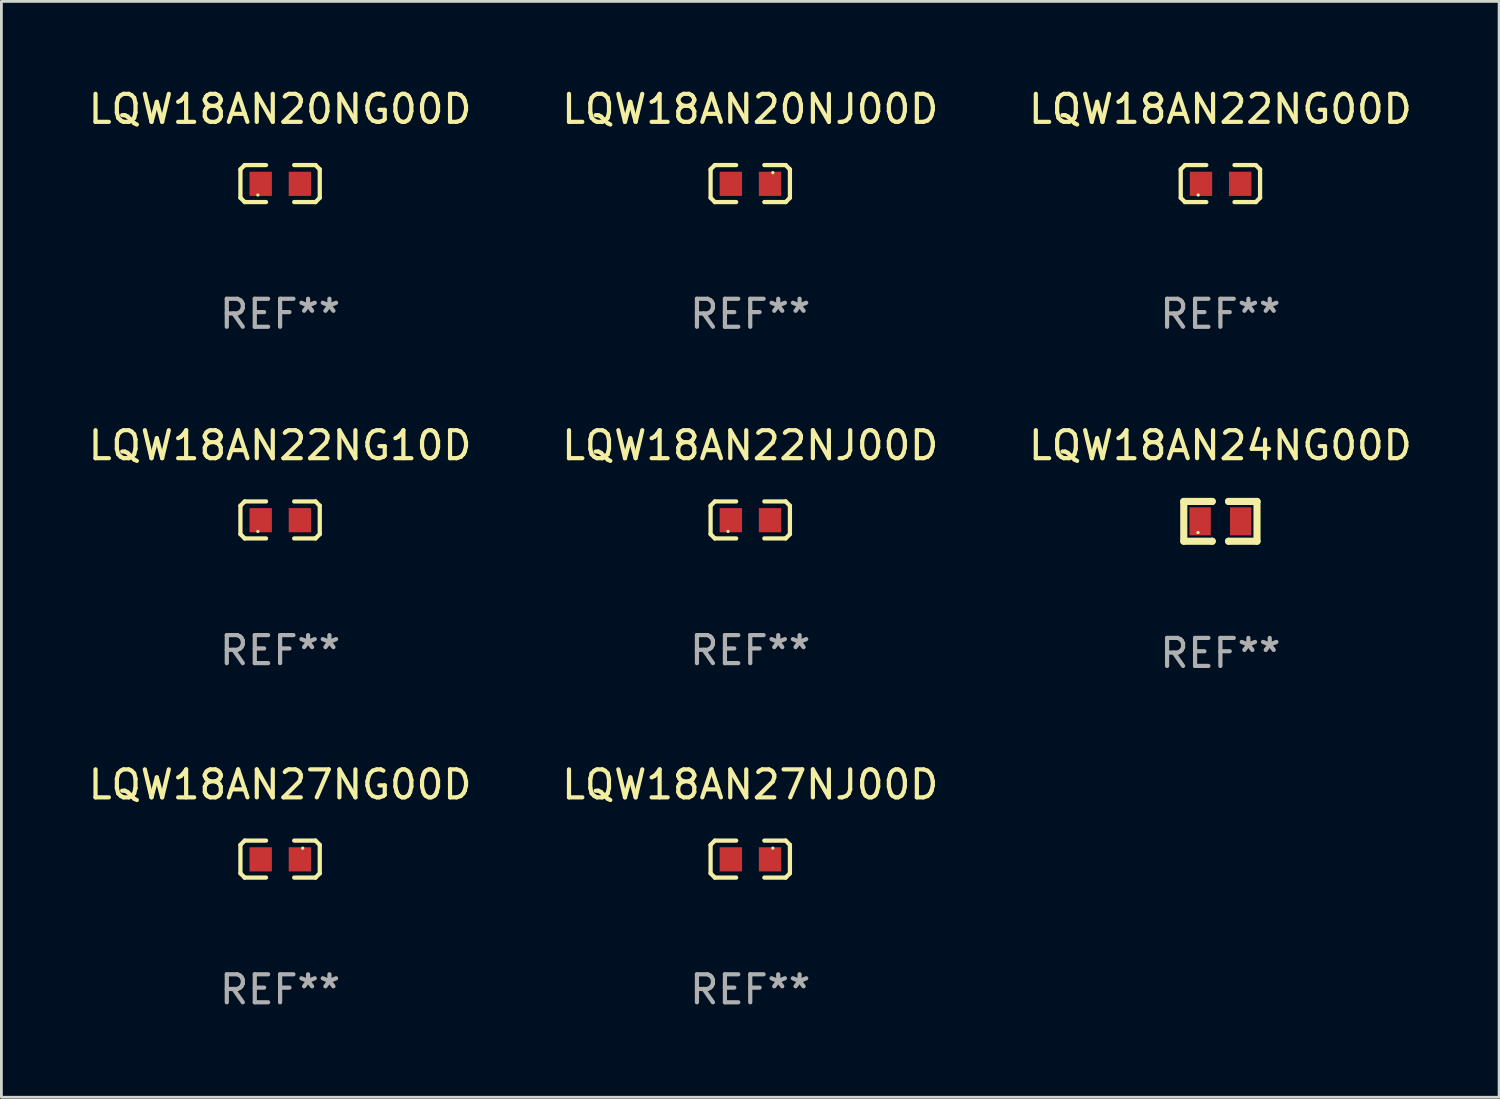
<source format=kicad_pcb>
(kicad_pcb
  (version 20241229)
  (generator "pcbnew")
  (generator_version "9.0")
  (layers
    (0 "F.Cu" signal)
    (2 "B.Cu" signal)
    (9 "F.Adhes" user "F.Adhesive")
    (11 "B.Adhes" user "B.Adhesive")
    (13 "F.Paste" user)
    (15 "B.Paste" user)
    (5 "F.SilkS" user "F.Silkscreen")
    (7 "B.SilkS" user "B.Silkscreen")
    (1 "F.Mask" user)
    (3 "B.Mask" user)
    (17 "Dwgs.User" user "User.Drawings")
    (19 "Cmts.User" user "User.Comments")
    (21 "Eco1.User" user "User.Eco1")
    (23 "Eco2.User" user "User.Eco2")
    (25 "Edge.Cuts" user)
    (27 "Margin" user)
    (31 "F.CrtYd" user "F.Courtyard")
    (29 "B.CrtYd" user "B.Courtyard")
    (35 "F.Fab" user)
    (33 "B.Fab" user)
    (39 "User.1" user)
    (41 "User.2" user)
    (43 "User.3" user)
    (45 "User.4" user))
  (footprint "LQW18AN27NJ00D"
    (layer "F.Cu")
    (at 23.756 27.645)
    (property "Reference" "LQW18AN27NJ00D" (at 0 -2.661 0) (layer "F.SilkS") (effects (font (size 1 1) (thickness 0.15))))
    (attr through_hole)
    (fp_line (start -1.417 -0.508) (end -1.265 -0.661) (stroke (width 0.152) (type solid)) (layer "F.SilkS"))
    (fp_line (start -1.417 0.508) (end -1.417 -0.508) (stroke (width 0.152) (type solid)) (layer "F.SilkS"))
    (fp_line (start -1.265 -0.661) (end -0.503 -0.661) (stroke (width 0.152) (type solid)) (layer "F.SilkS"))
    (fp_line (start -1.265 0.661) (end -1.417 0.508) (stroke (width 0.152) (type solid)) (layer "F.SilkS"))
    (fp_line (start -1.265 0.661) (end -0.503 0.661) (stroke (width 0.152) (type solid)) (layer "F.SilkS"))
    (fp_line (start 1.265 -0.661) (end 0.503 -0.661) (stroke (width 0.152) (type solid)) (layer "F.SilkS"))
    (fp_line (start 1.265 -0.661) (end 1.417 -0.508) (stroke (width 0.152) (type solid)) (layer "F.SilkS"))
    (fp_line (start 1.265 0.661) (end 0.503 0.661) (stroke (width 0.152) (type solid)) (layer "F.SilkS"))
    (fp_line (start 1.417 -0.508) (end 1.417 0.508) (stroke (width 0.152) (type solid)) (layer "F.SilkS"))
    (fp_line (start 1.417 0.508) (end 1.265 0.661) (stroke (width 0.152) (type solid)) (layer "F.SilkS"))
    (fp_circle (center 0.807 -0.391) (end 0.837 -0.391) (stroke (width 0.06) (type solid)) (fill no) (layer "F.SilkS"))
    (fp_text user "REF**" (at 0 4.661 0) (layer "F.Fab") (effects (font (size 1 1) (thickness 0.15))))
    (pad "1" smd rect (at 0.707 0.009 180) (size 0.8 0.864) (layers "F.Cu" "F.Mask" "F.Paste"))
    (pad "2" smd rect (at -0.693 0.009 180) (size 0.8 0.864) (layers "F.Cu" "F.Mask" "F.Paste")))
  (footprint "LQW18AN27NG00D"
    (layer "F.Cu")
    (at 6.958 27.645)
    (property "Reference" "LQW18AN27NG00D" (at 0 -2.661 0) (layer "F.SilkS") (effects (font (size 1 1) (thickness 0.15))))
    (attr through_hole)
    (fp_line (start -1.417 -0.508) (end -1.265 -0.661) (stroke (width 0.152) (type solid)) (layer "F.SilkS"))
    (fp_line (start -1.417 0.508) (end -1.417 -0.508) (stroke (width 0.152) (type solid)) (layer "F.SilkS"))
    (fp_line (start -1.265 -0.661) (end -0.503 -0.661) (stroke (width 0.152) (type solid)) (layer "F.SilkS"))
    (fp_line (start -1.265 0.661) (end -1.417 0.508) (stroke (width 0.152) (type solid)) (layer "F.SilkS"))
    (fp_line (start -1.265 0.661) (end -0.503 0.661) (stroke (width 0.152) (type solid)) (layer "F.SilkS"))
    (fp_line (start 1.265 -0.661) (end 0.503 -0.661) (stroke (width 0.152) (type solid)) (layer "F.SilkS"))
    (fp_line (start 1.265 -0.661) (end 1.417 -0.508) (stroke (width 0.152) (type solid)) (layer "F.SilkS"))
    (fp_line (start 1.265 0.661) (end 0.503 0.661) (stroke (width 0.152) (type solid)) (layer "F.SilkS"))
    (fp_line (start 1.417 -0.508) (end 1.417 0.508) (stroke (width 0.152) (type solid)) (layer "F.SilkS"))
    (fp_line (start 1.417 0.508) (end 1.265 0.661) (stroke (width 0.152) (type solid)) (layer "F.SilkS"))
    (fp_circle (center 0.807 -0.391) (end 0.837 -0.391) (stroke (width 0.06) (type solid)) (fill no) (layer "F.SilkS"))
    (fp_text user "REF**" (at 0 4.661 0) (layer "F.Fab") (effects (font (size 1 1) (thickness 0.15))))
    (pad "1" smd rect (at 0.707 0.009 180) (size 0.8 0.864) (layers "F.Cu" "F.Mask" "F.Paste"))
    (pad "2" smd rect (at -0.693 0.009 180) (size 0.8 0.864) (layers "F.Cu" "F.Mask" "F.Paste")))
  (footprint "LQW18AN22NG00D"
    (layer "F.Cu")
    (at 40.554 3.509)
    (property "Reference" "LQW18AN22NG00D" (at 0 -2.661 0) (layer "F.SilkS") (effects (font (size 1 1) (thickness 0.15))))
    (attr through_hole)
    (fp_line (start -1.417 -0.508) (end -1.265 -0.661) (stroke (width 0.152) (type solid)) (layer "F.SilkS"))
    (fp_line (start -1.417 0.508) (end -1.417 -0.508) (stroke (width 0.152) (type solid)) (layer "F.SilkS"))
    (fp_line (start -1.265 -0.661) (end -0.503 -0.661) (stroke (width 0.152) (type solid)) (layer "F.SilkS"))
    (fp_line (start -1.265 0.661) (end -1.417 0.508) (stroke (width 0.152) (type solid)) (layer "F.SilkS"))
    (fp_line (start -1.265 0.661) (end -0.503 0.661) (stroke (width 0.152) (type solid)) (layer "F.SilkS"))
    (fp_line (start 1.265 -0.661) (end 0.503 -0.661) (stroke (width 0.152) (type solid)) (layer "F.SilkS"))
    (fp_line (start 1.265 -0.661) (end 1.417 -0.508) (stroke (width 0.152) (type solid)) (layer "F.SilkS"))
    (fp_line (start 1.265 0.661) (end 0.503 0.661) (stroke (width 0.152) (type solid)) (layer "F.SilkS"))
    (fp_line (start 1.417 -0.508) (end 1.417 0.508) (stroke (width 0.152) (type solid)) (layer "F.SilkS"))
    (fp_line (start 1.417 0.508) (end 1.265 0.661) (stroke (width 0.152) (type solid)) (layer "F.SilkS"))
    (fp_circle (center -0.793 0.409) (end -0.763 0.409) (stroke (width 0.06) (type solid)) (fill no) (layer "F.SilkS"))
    (fp_text user "REF**" (at 0 4.661 0) (layer "F.Fab") (effects (font (size 1 1) (thickness 0.15))))
    (pad "1" smd rect (at -0.693 0.009 180) (size 0.8 0.864) (layers "F.Cu" "F.Mask" "F.Paste"))
    (pad "2" smd rect (at 0.707 0.009 180) (size 0.8 0.864) (layers "F.Cu" "F.Mask" "F.Paste")))
  (footprint "LQW18AN20NJ00D"
    (layer "F.Cu")
    (at 23.756 3.509)
    (property "Reference" "LQW18AN20NJ00D" (at 0 -2.661 0) (layer "F.SilkS") (effects (font (size 1 1) (thickness 0.15))))
    (attr through_hole)
    (fp_line (start -1.417 -0.508) (end -1.265 -0.661) (stroke (width 0.152) (type solid)) (layer "F.SilkS"))
    (fp_line (start -1.417 0.508) (end -1.417 -0.508) (stroke (width 0.152) (type solid)) (layer "F.SilkS"))
    (fp_line (start -1.265 -0.661) (end -0.503 -0.661) (stroke (width 0.152) (type solid)) (layer "F.SilkS"))
    (fp_line (start -1.265 0.661) (end -1.417 0.508) (stroke (width 0.152) (type solid)) (layer "F.SilkS"))
    (fp_line (start -1.265 0.661) (end -0.503 0.661) (stroke (width 0.152) (type solid)) (layer "F.SilkS"))
    (fp_line (start 1.265 -0.661) (end 0.503 -0.661) (stroke (width 0.152) (type solid)) (layer "F.SilkS"))
    (fp_line (start 1.265 -0.661) (end 1.417 -0.508) (stroke (width 0.152) (type solid)) (layer "F.SilkS"))
    (fp_line (start 1.265 0.661) (end 0.503 0.661) (stroke (width 0.152) (type solid)) (layer "F.SilkS"))
    (fp_line (start 1.417 -0.508) (end 1.417 0.508) (stroke (width 0.152) (type solid)) (layer "F.SilkS"))
    (fp_line (start 1.417 0.508) (end 1.265 0.661) (stroke (width 0.152) (type solid)) (layer "F.SilkS"))
    (fp_circle (center 0.807 -0.391) (end 0.837 -0.391) (stroke (width 0.06) (type solid)) (fill no) (layer "F.SilkS"))
    (fp_text user "REF**" (at 0 4.661 0) (layer "F.Fab") (effects (font (size 1 1) (thickness 0.15))))
    (pad "1" smd rect (at 0.707 0.009 180) (size 0.8 0.864) (layers "F.Cu" "F.Mask" "F.Paste"))
    (pad "2" smd rect (at -0.693 0.009 180) (size 0.8 0.864) (layers "F.Cu" "F.Mask" "F.Paste")))
  (footprint "LQW18AN20NG00D"
    (layer "F.Cu")
    (at 6.958 3.509)
    (property "Reference" "LQW18AN20NG00D" (at 0 -2.661 0) (layer "F.SilkS") (effects (font (size 1 1) (thickness 0.15))))
    (attr through_hole)
    (fp_line (start -1.417 -0.508) (end -1.265 -0.661) (stroke (width 0.152) (type solid)) (layer "F.SilkS"))
    (fp_line (start -1.417 0.508) (end -1.417 -0.508) (stroke (width 0.152) (type solid)) (layer "F.SilkS"))
    (fp_line (start -1.265 -0.661) (end -0.503 -0.661) (stroke (width 0.152) (type solid)) (layer "F.SilkS"))
    (fp_line (start -1.265 0.661) (end -1.417 0.508) (stroke (width 0.152) (type solid)) (layer "F.SilkS"))
    (fp_line (start -1.265 0.661) (end -0.503 0.661) (stroke (width 0.152) (type solid)) (layer "F.SilkS"))
    (fp_line (start 1.265 -0.661) (end 0.503 -0.661) (stroke (width 0.152) (type solid)) (layer "F.SilkS"))
    (fp_line (start 1.265 -0.661) (end 1.417 -0.508) (stroke (width 0.152) (type solid)) (layer "F.SilkS"))
    (fp_line (start 1.265 0.661) (end 0.503 0.661) (stroke (width 0.152) (type solid)) (layer "F.SilkS"))
    (fp_line (start 1.417 -0.508) (end 1.417 0.508) (stroke (width 0.152) (type solid)) (layer "F.SilkS"))
    (fp_line (start 1.417 0.508) (end 1.265 0.661) (stroke (width 0.152) (type solid)) (layer "F.SilkS"))
    (fp_circle (center -0.793 0.409) (end -0.763 0.409) (stroke (width 0.06) (type solid)) (fill no) (layer "F.SilkS"))
    (fp_text user "REF**" (at 0 4.661 0) (layer "F.Fab") (effects (font (size 1 1) (thickness 0.15))))
    (pad "1" smd rect (at -0.693 0.009 180) (size 0.8 0.864) (layers "F.Cu" "F.Mask" "F.Paste"))
    (pad "2" smd rect (at 0.707 0.009 180) (size 0.8 0.864) (layers "F.Cu" "F.Mask" "F.Paste")))
  (footprint "LQW18AN22NJ00D"
    (layer "F.Cu")
    (at 23.756 15.527)
    (property "Reference" "LQW18AN22NJ00D" (at 0 -2.661 0) (layer "F.SilkS") (effects (font (size 1 1) (thickness 0.15))))
    (attr through_hole)
    (fp_line (start -1.417 -0.508) (end -1.265 -0.661) (stroke (width 0.152) (type solid)) (layer "F.SilkS"))
    (fp_line (start -1.417 0.508) (end -1.417 -0.508) (stroke (width 0.152) (type solid)) (layer "F.SilkS"))
    (fp_line (start -1.265 -0.661) (end -0.503 -0.661) (stroke (width 0.152) (type solid)) (layer "F.SilkS"))
    (fp_line (start -1.265 0.661) (end -1.417 0.508) (stroke (width 0.152) (type solid)) (layer "F.SilkS"))
    (fp_line (start -1.265 0.661) (end -0.503 0.661) (stroke (width 0.152) (type solid)) (layer "F.SilkS"))
    (fp_line (start 1.265 -0.661) (end 0.503 -0.661) (stroke (width 0.152) (type solid)) (layer "F.SilkS"))
    (fp_line (start 1.265 -0.661) (end 1.417 -0.508) (stroke (width 0.152) (type solid)) (layer "F.SilkS"))
    (fp_line (start 1.265 0.661) (end 0.503 0.661) (stroke (width 0.152) (type solid)) (layer "F.SilkS"))
    (fp_line (start 1.417 -0.508) (end 1.417 0.508) (stroke (width 0.152) (type solid)) (layer "F.SilkS"))
    (fp_line (start 1.417 0.508) (end 1.265 0.661) (stroke (width 0.152) (type solid)) (layer "F.SilkS"))
    (fp_circle (center -0.793 0.409) (end -0.763 0.409) (stroke (width 0.06) (type solid)) (fill no) (layer "F.SilkS"))
    (fp_text user "REF**" (at 0 4.661 0) (layer "F.Fab") (effects (font (size 1 1) (thickness 0.15))))
    (pad "1" smd rect (at -0.693 0.009 180) (size 0.8 0.864) (layers "F.Cu" "F.Mask" "F.Paste"))
    (pad "2" smd rect (at 0.707 0.009 180) (size 0.8 0.864) (layers "F.Cu" "F.Mask" "F.Paste")))
  (footprint "LQW18AN22NG10D"
    (layer "F.Cu")
    (at 6.958 15.527)
    (property "Reference" "LQW18AN22NG10D" (at 0 -2.661 0) (layer "F.SilkS") (effects (font (size 1 1) (thickness 0.15))))
    (attr through_hole)
    (fp_line (start -1.417 -0.508) (end -1.265 -0.661) (stroke (width 0.152) (type solid)) (layer "F.SilkS"))
    (fp_line (start -1.417 0.508) (end -1.417 -0.508) (stroke (width 0.152) (type solid)) (layer "F.SilkS"))
    (fp_line (start -1.265 -0.661) (end -0.503 -0.661) (stroke (width 0.152) (type solid)) (layer "F.SilkS"))
    (fp_line (start -1.265 0.661) (end -1.417 0.508) (stroke (width 0.152) (type solid)) (layer "F.SilkS"))
    (fp_line (start -1.265 0.661) (end -0.503 0.661) (stroke (width 0.152) (type solid)) (layer "F.SilkS"))
    (fp_line (start 1.265 -0.661) (end 0.503 -0.661) (stroke (width 0.152) (type solid)) (layer "F.SilkS"))
    (fp_line (start 1.265 -0.661) (end 1.417 -0.508) (stroke (width 0.152) (type solid)) (layer "F.SilkS"))
    (fp_line (start 1.265 0.661) (end 0.503 0.661) (stroke (width 0.152) (type solid)) (layer "F.SilkS"))
    (fp_line (start 1.417 -0.508) (end 1.417 0.508) (stroke (width 0.152) (type solid)) (layer "F.SilkS"))
    (fp_line (start 1.417 0.508) (end 1.265 0.661) (stroke (width 0.152) (type solid)) (layer "F.SilkS"))
    (fp_circle (center -0.793 0.409) (end -0.763 0.409) (stroke (width 0.06) (type solid)) (fill no) (layer "F.SilkS"))
    (fp_text user "REF**" (at 0 4.661 0) (layer "F.Fab") (effects (font (size 1 1) (thickness 0.15))))
    (pad "1" smd rect (at -0.693 0.009 180) (size 0.8 0.864) (layers "F.Cu" "F.Mask" "F.Paste"))
    (pad "2" smd rect (at 0.707 0.009 180) (size 0.8 0.864) (layers "F.Cu" "F.Mask" "F.Paste")))
  (footprint "LQW18AN24NG00D"
    (layer "F.Cu")
    (at 40.554 15.577)
    (property "Reference" "LQW18AN24NG00D" (at 0 -2.711 0) (layer "F.SilkS") (effects (font (size 1 1) (thickness 0.15))))
    (attr through_hole)
    (fp_line (start -1.308 -0.711) (end -1.308 0.711) (stroke (width 0.254) (type solid)) (layer "F.SilkS"))
    (fp_line (start -1.308 0.711) (end -0.292 0.711) (stroke (width 0.254) (type solid)) (layer "F.SilkS"))
    (fp_line (start -0.292 -0.711) (end -1.308 -0.711) (stroke (width 0.254) (type solid)) (layer "F.SilkS"))
    (fp_line (start -0.292 -0.711) (end -0.292 -0.711) (stroke (width 0.254) (type solid)) (layer "F.SilkS"))
    (fp_line (start -0.292 0.711) (end -0.292 0.711) (stroke (width 0.254) (type solid)) (layer "F.SilkS"))
    (fp_line (start 0.292 -0.711) (end 0.292 -0.711) (stroke (width 0.254) (type solid)) (layer "F.SilkS"))
    (fp_line (start 0.292 -0.711) (end 1.308 -0.711) (stroke (width 0.254) (type solid)) (layer "F.SilkS"))
    (fp_line (start 0.292 0.711) (end 0.292 0.711) (stroke (width 0.254) (type solid)) (layer "F.SilkS"))
    (fp_line (start 1.308 -0.711) (end 1.308 0.711) (stroke (width 0.254) (type solid)) (layer "F.SilkS"))
    (fp_line (start 1.308 0.711) (end 0.292 0.711) (stroke (width 0.254) (type solid)) (layer "F.SilkS"))
    (fp_circle (center -0.8 0.4) (end -0.77 0.4) (stroke (width 0.06) (type solid)) (fill no) (layer "F.SilkS"))
    (fp_text user "REF**" (at 0 4.711 0) (layer "F.Fab") (effects (font (size 1 1) (thickness 0.15))))
    (pad "1" smd rect (at -0.724 0.000254) (size 0.762 1) (layers "F.Cu" "F.Mask" "F.Paste"))
    (pad "2" smd rect (at 0.724 0.000254) (size 0.762 1) (layers "F.Cu" "F.Mask" "F.Paste")))
  (gr_rect
    (start -3 -3)
    (end 50.512 36.154)
    (stroke (width 0.1) (type default))
    (fill no)
    (layer "Edge.Cuts")))
</source>
